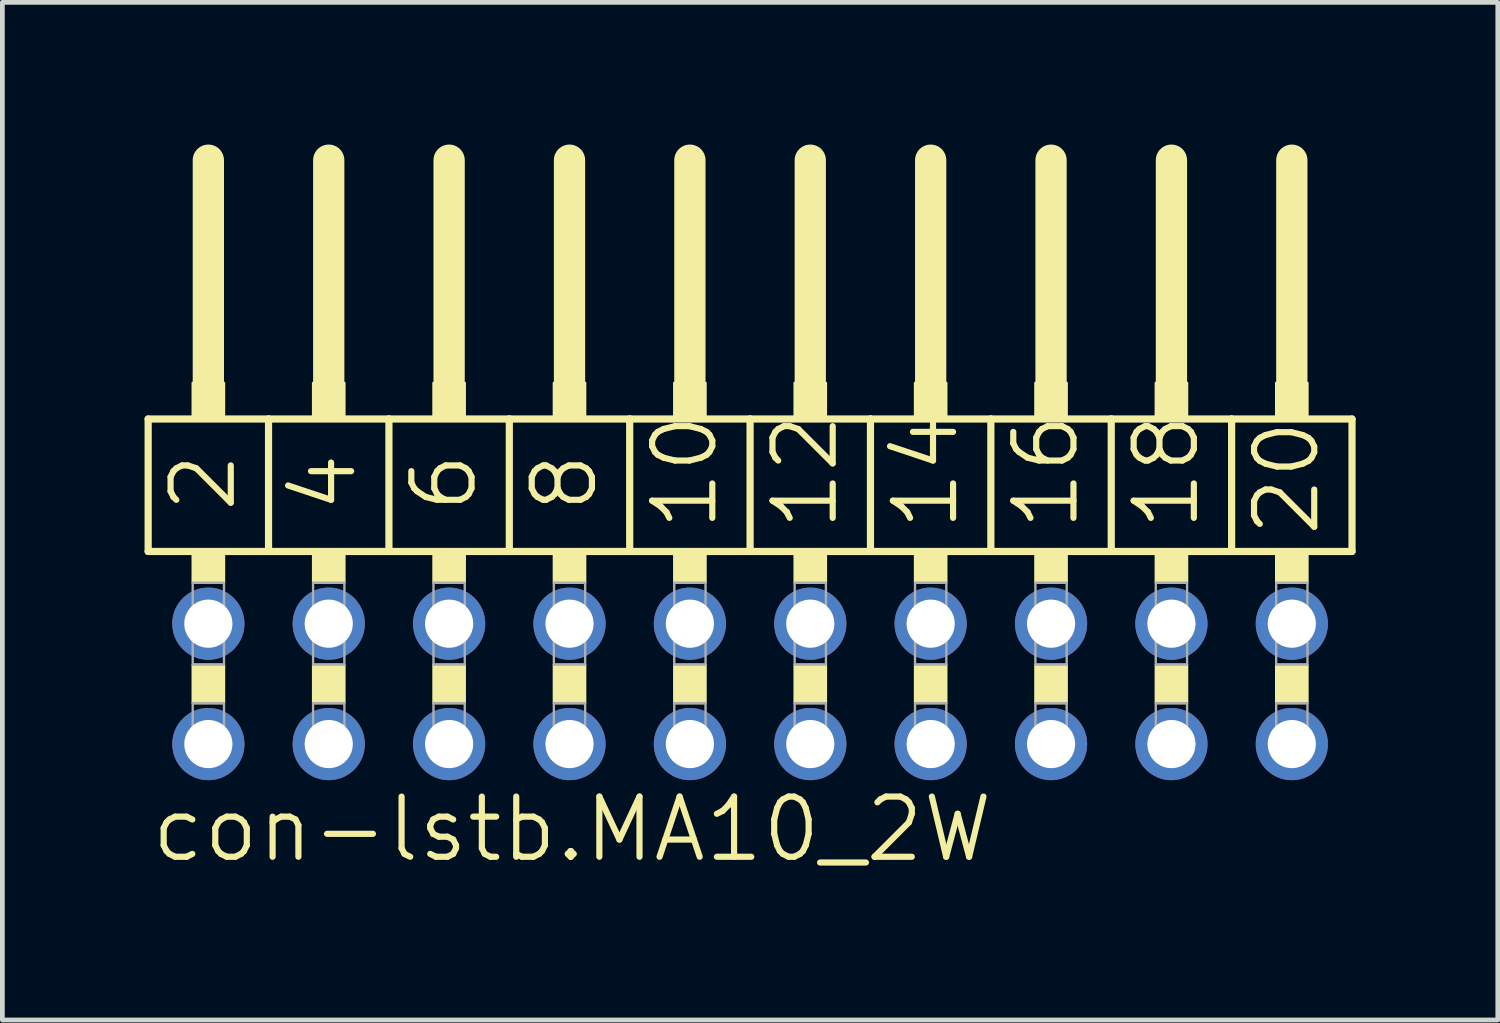
<source format=kicad_pcb>
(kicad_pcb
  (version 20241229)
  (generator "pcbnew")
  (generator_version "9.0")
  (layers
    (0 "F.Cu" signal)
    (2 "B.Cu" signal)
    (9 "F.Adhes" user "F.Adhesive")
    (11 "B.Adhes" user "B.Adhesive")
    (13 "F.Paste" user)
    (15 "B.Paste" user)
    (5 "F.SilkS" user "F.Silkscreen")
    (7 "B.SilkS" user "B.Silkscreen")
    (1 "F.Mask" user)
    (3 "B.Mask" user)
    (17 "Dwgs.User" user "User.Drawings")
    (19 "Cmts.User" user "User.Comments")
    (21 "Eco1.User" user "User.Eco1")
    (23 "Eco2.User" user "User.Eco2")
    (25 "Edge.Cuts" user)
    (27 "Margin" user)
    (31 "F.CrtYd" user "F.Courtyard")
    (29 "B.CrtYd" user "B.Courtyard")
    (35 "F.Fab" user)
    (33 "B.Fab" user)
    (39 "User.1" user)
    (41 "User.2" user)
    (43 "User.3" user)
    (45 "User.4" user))
  (footprint "con-lstb.MA10_2W"
    (layer "F.Cu")
    (at 12.776 11.379)
    (property "Reference" "con-lstb.MA10_2W" (at -12.7 3.81 0) (layer "F.SilkS") (effects (font (size 1.27 1.27) (thickness 0.13)) (justify left bottom)))
    (attr through_hole)
    (fp_line (start -12.7 -5.588) (end -10.16 -5.588) (stroke (width 0.152) (type default)) (layer "F.SilkS"))
    (fp_line (start -12.7 -2.794) (end -12.7 -5.588) (stroke (width 0.152) (type default)) (layer "F.SilkS"))
    (fp_line (start -11.43 -6.35) (end -11.43 -11.049) (stroke (width 0.66) (type default)) (layer "F.SilkS"))
    (fp_line (start -10.16 -5.588) (end -7.62 -5.588) (stroke (width 0.152) (type default)) (layer "F.SilkS"))
    (fp_line (start -10.16 -2.794) (end -12.7 -2.794) (stroke (width 0.152) (type default)) (layer "F.SilkS"))
    (fp_line (start -10.16 -2.794) (end -10.16 -5.588) (stroke (width 0.152) (type default)) (layer "F.SilkS"))
    (fp_line (start -10.16 -2.794) (end -7.62 -2.794) (stroke (width 0.152) (type default)) (layer "F.SilkS"))
    (fp_line (start -8.89 -6.35) (end -8.89 -11.049) (stroke (width 0.66) (type default)) (layer "F.SilkS"))
    (fp_line (start -7.62 -5.588) (end -5.08 -5.588) (stroke (width 0.152) (type default)) (layer "F.SilkS"))
    (fp_line (start -7.62 -2.794) (end -7.62 -5.588) (stroke (width 0.152) (type default)) (layer "F.SilkS"))
    (fp_line (start -6.35 -6.35) (end -6.35 -11.049) (stroke (width 0.66) (type default)) (layer "F.SilkS"))
    (fp_line (start -5.08 -5.588) (end -2.54 -5.588) (stroke (width 0.152) (type default)) (layer "F.SilkS"))
    (fp_line (start -5.08 -2.794) (end -7.62 -2.794) (stroke (width 0.152) (type default)) (layer "F.SilkS"))
    (fp_line (start -5.08 -2.794) (end -5.08 -5.588) (stroke (width 0.152) (type default)) (layer "F.SilkS"))
    (fp_line (start -3.81 -6.35) (end -3.81 -11.049) (stroke (width 0.66) (type default)) (layer "F.SilkS"))
    (fp_line (start -2.54 -5.588) (end 0 -5.588) (stroke (width 0.152) (type default)) (layer "F.SilkS"))
    (fp_line (start -2.54 -2.794) (end -5.08 -2.794) (stroke (width 0.152) (type default)) (layer "F.SilkS"))
    (fp_line (start -2.54 -2.794) (end -2.54 -5.588) (stroke (width 0.152) (type default)) (layer "F.SilkS"))
    (fp_line (start -1.27 -6.35) (end -1.27 -11.049) (stroke (width 0.66) (type default)) (layer "F.SilkS"))
    (fp_line (start 0 -5.588) (end 2.54 -5.588) (stroke (width 0.152) (type default)) (layer "F.SilkS"))
    (fp_line (start 0 -2.794) (end -2.54 -2.794) (stroke (width 0.152) (type default)) (layer "F.SilkS"))
    (fp_line (start 0 -2.794) (end 0 -5.588) (stroke (width 0.152) (type default)) (layer "F.SilkS"))
    (fp_line (start 1.27 -6.35) (end 1.27 -11.049) (stroke (width 0.66) (type default)) (layer "F.SilkS"))
    (fp_line (start 2.54 -5.588) (end 5.08 -5.588) (stroke (width 0.152) (type default)) (layer "F.SilkS"))
    (fp_line (start 2.54 -2.794) (end 0 -2.794) (stroke (width 0.152) (type default)) (layer "F.SilkS"))
    (fp_line (start 2.54 -2.794) (end 2.54 -5.588) (stroke (width 0.152) (type default)) (layer "F.SilkS"))
    (fp_line (start 2.54 -2.794) (end 5.08 -2.794) (stroke (width 0.152) (type default)) (layer "F.SilkS"))
    (fp_line (start 3.81 -6.35) (end 3.81 -11.049) (stroke (width 0.66) (type default)) (layer "F.SilkS"))
    (fp_line (start 5.08 -5.588) (end 7.62 -5.588) (stroke (width 0.152) (type default)) (layer "F.SilkS"))
    (fp_line (start 5.08 -2.794) (end 5.08 -5.588) (stroke (width 0.152) (type default)) (layer "F.SilkS"))
    (fp_line (start 6.35 -6.35) (end 6.35 -11.049) (stroke (width 0.66) (type default)) (layer "F.SilkS"))
    (fp_line (start 7.62 -5.588) (end 10.16 -5.588) (stroke (width 0.152) (type default)) (layer "F.SilkS"))
    (fp_line (start 7.62 -2.794) (end 5.08 -2.794) (stroke (width 0.152) (type default)) (layer "F.SilkS"))
    (fp_line (start 7.62 -2.794) (end 7.62 -5.588) (stroke (width 0.152) (type default)) (layer "F.SilkS"))
    (fp_line (start 8.89 -6.35) (end 8.89 -11.049) (stroke (width 0.66) (type default)) (layer "F.SilkS"))
    (fp_line (start 10.16 -5.588) (end 12.7 -5.588) (stroke (width 0.152) (type default)) (layer "F.SilkS"))
    (fp_line (start 10.16 -2.794) (end 7.62 -2.794) (stroke (width 0.152) (type default)) (layer "F.SilkS"))
    (fp_line (start 10.16 -2.794) (end 10.16 -5.588) (stroke (width 0.152) (type default)) (layer "F.SilkS"))
    (fp_line (start 11.43 -6.35) (end 11.43 -11.049) (stroke (width 0.66) (type default)) (layer "F.SilkS"))
    (fp_line (start 12.7 -2.794) (end 10.16 -2.794) (stroke (width 0.152) (type default)) (layer "F.SilkS"))
    (fp_line (start 12.7 -2.794) (end 12.7 -5.588) (stroke (width 0.152) (type default)) (layer "F.SilkS"))
    (fp_rect (start -11.76 -5.588) (end -11.1 -6.35) (stroke (width 0.05) (type default)) (fill yes) (layer "F.SilkS"))
    (fp_rect (start -11.76 -2.134) (end -11.1 -2.794) (stroke (width 0.05) (type default)) (fill yes) (layer "F.SilkS"))
    (fp_rect (start -11.76 0.406) (end -11.1 -0.406) (stroke (width 0.05) (type default)) (fill yes) (layer "F.SilkS"))
    (fp_rect (start -9.22 -5.588) (end -8.56 -6.35) (stroke (width 0.05) (type default)) (fill yes) (layer "F.SilkS"))
    (fp_rect (start -9.22 -2.134) (end -8.56 -2.794) (stroke (width 0.05) (type default)) (fill yes) (layer "F.SilkS"))
    (fp_rect (start -9.22 0.406) (end -8.56 -0.406) (stroke (width 0.05) (type default)) (fill yes) (layer "F.SilkS"))
    (fp_rect (start -6.68 -5.588) (end -6.02 -6.35) (stroke (width 0.05) (type default)) (fill yes) (layer "F.SilkS"))
    (fp_rect (start -6.68 -2.134) (end -6.02 -2.794) (stroke (width 0.05) (type default)) (fill yes) (layer "F.SilkS"))
    (fp_rect (start -6.68 0.406) (end -6.02 -0.406) (stroke (width 0.05) (type default)) (fill yes) (layer "F.SilkS"))
    (fp_rect (start -4.14 -5.588) (end -3.48 -6.35) (stroke (width 0.05) (type default)) (fill yes) (layer "F.SilkS"))
    (fp_rect (start -4.14 -2.134) (end -3.48 -2.794) (stroke (width 0.05) (type default)) (fill yes) (layer "F.SilkS"))
    (fp_rect (start -4.14 0.406) (end -3.48 -0.406) (stroke (width 0.05) (type default)) (fill yes) (layer "F.SilkS"))
    (fp_rect (start -1.6 -5.588) (end -0.94 -6.35) (stroke (width 0.05) (type default)) (fill yes) (layer "F.SilkS"))
    (fp_rect (start -1.6 -2.134) (end -0.94 -2.794) (stroke (width 0.05) (type default)) (fill yes) (layer "F.SilkS"))
    (fp_rect (start -1.6 0.406) (end -0.94 -0.406) (stroke (width 0.05) (type default)) (fill yes) (layer "F.SilkS"))
    (fp_rect (start 0.94 -5.588) (end 1.6 -6.35) (stroke (width 0.05) (type default)) (fill yes) (layer "F.SilkS"))
    (fp_rect (start 0.94 -2.134) (end 1.6 -2.794) (stroke (width 0.05) (type default)) (fill yes) (layer "F.SilkS"))
    (fp_rect (start 0.94 0.406) (end 1.6 -0.406) (stroke (width 0.05) (type default)) (fill yes) (layer "F.SilkS"))
    (fp_rect (start 3.48 -5.588) (end 4.14 -6.35) (stroke (width 0.05) (type default)) (fill yes) (layer "F.SilkS"))
    (fp_rect (start 3.48 -2.134) (end 4.14 -2.794) (stroke (width 0.05) (type default)) (fill yes) (layer "F.SilkS"))
    (fp_rect (start 3.48 0.406) (end 4.14 -0.406) (stroke (width 0.05) (type default)) (fill yes) (layer "F.SilkS"))
    (fp_rect (start 6.02 -5.588) (end 6.68 -6.35) (stroke (width 0.05) (type default)) (fill yes) (layer "F.SilkS"))
    (fp_rect (start 6.02 -2.134) (end 6.68 -2.794) (stroke (width 0.05) (type default)) (fill yes) (layer "F.SilkS"))
    (fp_rect (start 6.02 0.406) (end 6.68 -0.406) (stroke (width 0.05) (type default)) (fill yes) (layer "F.SilkS"))
    (fp_rect (start 8.56 -5.588) (end 9.22 -6.35) (stroke (width 0.05) (type default)) (fill yes) (layer "F.SilkS"))
    (fp_rect (start 8.56 -2.134) (end 9.22 -2.794) (stroke (width 0.05) (type default)) (fill yes) (layer "F.SilkS"))
    (fp_rect (start 8.56 0.406) (end 9.22 -0.406) (stroke (width 0.05) (type default)) (fill yes) (layer "F.SilkS"))
    (fp_rect (start 11.1 -5.588) (end 11.76 -6.35) (stroke (width 0.05) (type default)) (fill yes) (layer "F.SilkS"))
    (fp_rect (start 11.1 -2.134) (end 11.76 -2.794) (stroke (width 0.05) (type default)) (fill yes) (layer "F.SilkS"))
    (fp_rect (start 11.1 0.406) (end 11.76 -0.406) (stroke (width 0.05) (type default)) (fill yes) (layer "F.SilkS"))
    (fp_rect (start -11.76 -0.406) (end -11.1 -2.134) (stroke (width 0.05) (type default)) (fill no) (layer "F.Fab"))
    (fp_rect (start -11.76 1.575) (end -11.1 0.406) (stroke (width 0.05) (type default)) (fill no) (layer "F.Fab"))
    (fp_rect (start -9.22 -0.406) (end -8.56 -2.134) (stroke (width 0.05) (type default)) (fill no) (layer "F.Fab"))
    (fp_rect (start -9.22 1.575) (end -8.56 0.406) (stroke (width 0.05) (type default)) (fill no) (layer "F.Fab"))
    (fp_rect (start -6.68 -0.406) (end -6.02 -2.134) (stroke (width 0.05) (type default)) (fill no) (layer "F.Fab"))
    (fp_rect (start -6.68 1.575) (end -6.02 0.406) (stroke (width 0.05) (type default)) (fill no) (layer "F.Fab"))
    (fp_rect (start -4.14 -0.406) (end -3.48 -2.134) (stroke (width 0.05) (type default)) (fill no) (layer "F.Fab"))
    (fp_rect (start -4.14 1.575) (end -3.48 0.406) (stroke (width 0.05) (type default)) (fill no) (layer "F.Fab"))
    (fp_rect (start -1.6 -0.406) (end -0.94 -2.134) (stroke (width 0.05) (type default)) (fill no) (layer "F.Fab"))
    (fp_rect (start -1.6 1.575) (end -0.94 0.406) (stroke (width 0.05) (type default)) (fill no) (layer "F.Fab"))
    (fp_rect (start 0.94 -0.406) (end 1.6 -2.134) (stroke (width 0.05) (type default)) (fill no) (layer "F.Fab"))
    (fp_rect (start 0.94 1.575) (end 1.6 0.406) (stroke (width 0.05) (type default)) (fill no) (layer "F.Fab"))
    (fp_rect (start 3.48 -0.406) (end 4.14 -2.134) (stroke (width 0.05) (type default)) (fill no) (layer "F.Fab"))
    (fp_rect (start 3.48 1.575) (end 4.14 0.406) (stroke (width 0.05) (type default)) (fill no) (layer "F.Fab"))
    (fp_rect (start 6.02 -0.406) (end 6.68 -2.134) (stroke (width 0.05) (type default)) (fill no) (layer "F.Fab"))
    (fp_rect (start 6.02 1.575) (end 6.68 0.406) (stroke (width 0.05) (type default)) (fill no) (layer "F.Fab"))
    (fp_rect (start 8.56 -0.406) (end 9.22 -2.134) (stroke (width 0.05) (type default)) (fill no) (layer "F.Fab"))
    (fp_rect (start 8.56 1.575) (end 9.22 0.406) (stroke (width 0.05) (type default)) (fill no) (layer "F.Fab"))
    (fp_rect (start 11.1 -0.406) (end 11.76 -2.134) (stroke (width 0.05) (type default)) (fill no) (layer "F.Fab"))
    (fp_rect (start 11.1 1.575) (end 11.76 0.406) (stroke (width 0.05) (type default)) (fill no) (layer "F.Fab"))
    (fp_text user "16" (at 6.985 -3.175 90) (layer "F.SilkS") (effects (font (size 1.27 1.27) (thickness 0.13)) (justify left bottom)))
    (fp_text user "10" (at -0.635 -3.175 90) (layer "F.SilkS") (effects (font (size 1.27 1.27) (thickness 0.13)) (justify left bottom)))
    (fp_text user "18" (at 9.525 -3.175 90) (layer "F.SilkS") (effects (font (size 1.27 1.27) (thickness 0.13)) (justify left bottom)))
    (fp_text user "6" (at -5.715 -3.556 90) (layer "F.SilkS") (effects (font (size 1.27 1.27) (thickness 0.13)) (justify left bottom)))
    (fp_text user "14" (at 4.445 -3.175 90) (layer "F.SilkS") (effects (font (size 1.27 1.27) (thickness 0.13)) (justify left bottom)))
    (fp_text user "8" (at -3.175 -3.556 90) (layer "F.SilkS") (effects (font (size 1.27 1.27) (thickness 0.13)) (justify left bottom)))
    (fp_text user "20" (at 12.065 -3.048 90) (layer "F.SilkS") (effects (font (size 1.27 1.27) (thickness 0.13)) (justify left bottom)))
    (fp_text user "12" (at 1.905 -3.175 90) (layer "F.SilkS") (effects (font (size 1.27 1.27) (thickness 0.13)) (justify left bottom)))
    (fp_text user "2" (at -10.795 -3.556 90) (layer "F.SilkS") (effects (font (size 1.27 1.27) (thickness 0.13)) (justify left bottom)))
    (fp_text user "4" (at -8.255 -3.556 90) (layer "F.SilkS") (effects (font (size 1.27 1.27) (thickness 0.13)) (justify left bottom)))
    (pad "1" thru_hole circle (at -11.43 1.27) (size 1.524 1.524) (drill 1.016) (layers "*.Cu" "*.Mask"))
    (pad "2" thru_hole circle (at -11.43 -1.27) (size 1.524 1.524) (drill 1.016) (layers "*.Cu" "*.Mask"))
    (pad "3" thru_hole circle (at -8.89 1.27) (size 1.524 1.524) (drill 1.016) (layers "*.Cu" "*.Mask"))
    (pad "4" thru_hole circle (at -8.89 -1.27) (size 1.524 1.524) (drill 1.016) (layers "*.Cu" "*.Mask"))
    (pad "5" thru_hole circle (at -6.35 1.27) (size 1.524 1.524) (drill 1.016) (layers "*.Cu" "*.Mask"))
    (pad "6" thru_hole circle (at -6.35 -1.27) (size 1.524 1.524) (drill 1.016) (layers "*.Cu" "*.Mask"))
    (pad "7" thru_hole circle (at -3.81 1.27) (size 1.524 1.524) (drill 1.016) (layers "*.Cu" "*.Mask"))
    (pad "8" thru_hole circle (at -3.81 -1.27) (size 1.524 1.524) (drill 1.016) (layers "*.Cu" "*.Mask"))
    (pad "9" thru_hole circle (at -1.27 1.27) (size 1.524 1.524) (drill 1.016) (layers "*.Cu" "*.Mask"))
    (pad "10" thru_hole circle (at -1.27 -1.27) (size 1.524 1.524) (drill 1.016) (layers "*.Cu" "*.Mask"))
    (pad "11" thru_hole circle (at 1.27 1.27) (size 1.524 1.524) (drill 1.016) (layers "*.Cu" "*.Mask"))
    (pad "12" thru_hole circle (at 1.27 -1.27) (size 1.524 1.524) (drill 1.016) (layers "*.Cu" "*.Mask"))
    (pad "13" thru_hole circle (at 3.81 1.27) (size 1.524 1.524) (drill 1.016) (layers "*.Cu" "*.Mask"))
    (pad "14" thru_hole circle (at 3.81 -1.27) (size 1.524 1.524) (drill 1.016) (layers "*.Cu" "*.Mask"))
    (pad "15" thru_hole circle (at 6.35 1.27) (size 1.524 1.524) (drill 1.016) (layers "*.Cu" "*.Mask"))
    (pad "16" thru_hole circle (at 6.35 -1.27) (size 1.524 1.524) (drill 1.016) (layers "*.Cu" "*.Mask"))
    (pad "17" thru_hole circle (at 8.89 1.27) (size 1.524 1.524) (drill 1.016) (layers "*.Cu" "*.Mask"))
    (pad "18" thru_hole circle (at 8.89 -1.27) (size 1.524 1.524) (drill 1.016) (layers "*.Cu" "*.Mask"))
    (pad "19" thru_hole circle (at 11.43 1.27) (size 1.524 1.524) (drill 1.016) (layers "*.Cu" "*.Mask"))
    (pad "20" thru_hole circle (at 11.43 -1.27) (size 1.524 1.524) (drill 1.016) (layers "*.Cu" "*.Mask")))
  (gr_rect
    (start -3 -3)
    (end 28.552 18.471)
    (stroke (width 0.1) (type default))
    (fill no)
    (layer "Edge.Cuts")))
</source>
